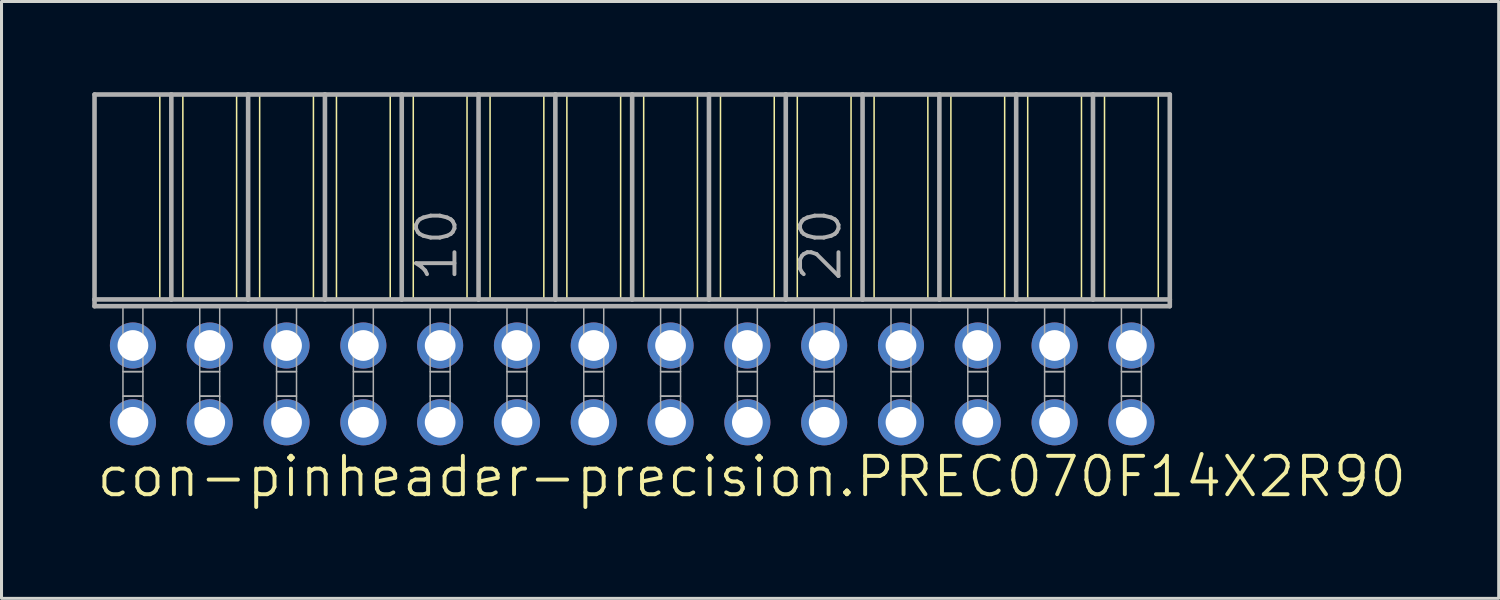
<source format=kicad_pcb>
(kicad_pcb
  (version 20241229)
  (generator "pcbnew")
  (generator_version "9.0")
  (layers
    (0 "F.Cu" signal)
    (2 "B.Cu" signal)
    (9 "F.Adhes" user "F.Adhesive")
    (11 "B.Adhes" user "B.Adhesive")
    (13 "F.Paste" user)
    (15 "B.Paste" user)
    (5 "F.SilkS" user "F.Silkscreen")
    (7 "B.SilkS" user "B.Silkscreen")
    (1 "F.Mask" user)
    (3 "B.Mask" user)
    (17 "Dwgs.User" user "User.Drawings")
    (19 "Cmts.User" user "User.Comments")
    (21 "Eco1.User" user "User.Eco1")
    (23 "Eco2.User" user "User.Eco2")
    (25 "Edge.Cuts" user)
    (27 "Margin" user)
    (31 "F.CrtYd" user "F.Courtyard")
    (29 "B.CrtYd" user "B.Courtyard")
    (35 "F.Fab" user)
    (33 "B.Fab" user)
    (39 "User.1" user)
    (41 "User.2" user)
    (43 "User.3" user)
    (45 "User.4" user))
  (footprint "con-pinheader-precision.PREC070F14X2R90"
    (layer "F.Cu")
    (at 17.856 9.646)
    (property "Reference" "con-pinheader-precision.PREC070F14X2R90" (at -17.78 3.81 0) (layer "F.SilkS") (effects (font (size 1.27 1.27) (thickness 0.13)) (justify left bottom)))
    (attr through_hole)
    (fp_line (start -15.621 -9.57) (end -15.621 -2.794) (stroke (width 0.051) (type default)) (layer "F.SilkS"))
    (fp_line (start -14.859 -9.57) (end -14.859 -2.794) (stroke (width 0.051) (type default)) (layer "F.SilkS"))
    (fp_line (start -13.081 -9.57) (end -13.081 -2.794) (stroke (width 0.051) (type default)) (layer "F.SilkS"))
    (fp_line (start -12.319 -9.57) (end -12.319 -2.794) (stroke (width 0.051) (type default)) (layer "F.SilkS"))
    (fp_line (start -10.541 -9.57) (end -10.541 -2.794) (stroke (width 0.051) (type default)) (layer "F.SilkS"))
    (fp_line (start -9.779 -9.57) (end -9.779 -2.794) (stroke (width 0.051) (type default)) (layer "F.SilkS"))
    (fp_line (start -8.001 -9.57) (end -8.001 -2.794) (stroke (width 0.051) (type default)) (layer "F.SilkS"))
    (fp_line (start -7.239 -9.57) (end -7.239 -2.794) (stroke (width 0.051) (type default)) (layer "F.SilkS"))
    (fp_line (start -5.461 -9.57) (end -5.461 -2.794) (stroke (width 0.051) (type default)) (layer "F.SilkS"))
    (fp_line (start -4.699 -9.57) (end -4.699 -2.794) (stroke (width 0.051) (type default)) (layer "F.SilkS"))
    (fp_line (start -2.921 -9.57) (end -2.921 -2.794) (stroke (width 0.051) (type default)) (layer "F.SilkS"))
    (fp_line (start -2.159 -9.57) (end -2.159 -2.794) (stroke (width 0.051) (type default)) (layer "F.SilkS"))
    (fp_line (start -0.381 -9.57) (end -0.381 -2.794) (stroke (width 0.051) (type default)) (layer "F.SilkS"))
    (fp_line (start 0.381 -9.57) (end 0.381 -2.794) (stroke (width 0.051) (type default)) (layer "F.SilkS"))
    (fp_line (start 2.159 -9.57) (end 2.159 -2.794) (stroke (width 0.051) (type default)) (layer "F.SilkS"))
    (fp_line (start 2.921 -9.57) (end 2.921 -2.794) (stroke (width 0.051) (type default)) (layer "F.SilkS"))
    (fp_line (start 4.699 -9.57) (end 4.699 -2.794) (stroke (width 0.051) (type default)) (layer "F.SilkS"))
    (fp_line (start 5.461 -9.57) (end 5.461 -2.794) (stroke (width 0.051) (type default)) (layer "F.SilkS"))
    (fp_line (start 7.239 -9.57) (end 7.239 -2.794) (stroke (width 0.051) (type default)) (layer "F.SilkS"))
    (fp_line (start 8.001 -9.57) (end 8.001 -2.794) (stroke (width 0.051) (type default)) (layer "F.SilkS"))
    (fp_line (start 9.779 -9.57) (end 9.779 -2.794) (stroke (width 0.051) (type default)) (layer "F.SilkS"))
    (fp_line (start 10.541 -9.57) (end 10.541 -2.794) (stroke (width 0.051) (type default)) (layer "F.SilkS"))
    (fp_line (start 12.319 -9.57) (end 12.319 -2.794) (stroke (width 0.051) (type default)) (layer "F.SilkS"))
    (fp_line (start 13.081 -9.57) (end 13.081 -2.794) (stroke (width 0.051) (type default)) (layer "F.SilkS"))
    (fp_line (start 14.859 -9.57) (end 14.859 -2.794) (stroke (width 0.051) (type default)) (layer "F.SilkS"))
    (fp_line (start 15.621 -9.57) (end 15.621 -2.794) (stroke (width 0.051) (type default)) (layer "F.SilkS"))
    (fp_line (start 17.399 -9.57) (end 17.399 -2.794) (stroke (width 0.051) (type default)) (layer "F.SilkS"))
    (fp_line (start -17.78 -9.57) (end -15.24 -9.57) (stroke (width 0.152) (type default)) (layer "F.Fab"))
    (fp_line (start -17.78 -2.794) (end -17.78 -9.57) (stroke (width 0.152) (type default)) (layer "F.Fab"))
    (fp_line (start -17.78 -2.57) (end -17.78 -2.794) (stroke (width 0.152) (type default)) (layer "F.Fab"))
    (fp_line (start -17.78 -2.57) (end 17.78 -2.57) (stroke (width 0.152) (type default)) (layer "F.Fab"))
    (fp_line (start -15.24 -9.57) (end -12.7 -9.57) (stroke (width 0.152) (type default)) (layer "F.Fab"))
    (fp_line (start -15.24 -2.794) (end -17.78 -2.794) (stroke (width 0.152) (type default)) (layer "F.Fab"))
    (fp_line (start -15.24 -2.794) (end -15.24 -9.57) (stroke (width 0.152) (type default)) (layer "F.Fab"))
    (fp_line (start -15.24 -2.794) (end -12.7 -2.794) (stroke (width 0.152) (type default)) (layer "F.Fab"))
    (fp_line (start -12.7 -9.57) (end -10.16 -9.57) (stroke (width 0.152) (type default)) (layer "F.Fab"))
    (fp_line (start -12.7 -2.794) (end -12.7 -9.57) (stroke (width 0.152) (type default)) (layer "F.Fab"))
    (fp_line (start -10.16 -9.57) (end -7.62 -9.57) (stroke (width 0.152) (type default)) (layer "F.Fab"))
    (fp_line (start -10.16 -2.794) (end -12.7 -2.794) (stroke (width 0.152) (type default)) (layer "F.Fab"))
    (fp_line (start -10.16 -2.794) (end -10.16 -9.57) (stroke (width 0.152) (type default)) (layer "F.Fab"))
    (fp_line (start -7.62 -9.57) (end -5.08 -9.57) (stroke (width 0.152) (type default)) (layer "F.Fab"))
    (fp_line (start -7.62 -2.794) (end -10.16 -2.794) (stroke (width 0.152) (type default)) (layer "F.Fab"))
    (fp_line (start -7.62 -2.794) (end -7.62 -9.57) (stroke (width 0.152) (type default)) (layer "F.Fab"))
    (fp_line (start -5.08 -9.57) (end -2.54 -9.57) (stroke (width 0.152) (type default)) (layer "F.Fab"))
    (fp_line (start -5.08 -2.794) (end -7.62 -2.794) (stroke (width 0.152) (type default)) (layer "F.Fab"))
    (fp_line (start -5.08 -2.794) (end -5.08 -9.57) (stroke (width 0.152) (type default)) (layer "F.Fab"))
    (fp_line (start -2.54 -9.57) (end 0 -9.57) (stroke (width 0.152) (type default)) (layer "F.Fab"))
    (fp_line (start -2.54 -2.794) (end -5.08 -2.794) (stroke (width 0.152) (type default)) (layer "F.Fab"))
    (fp_line (start -2.54 -2.794) (end -2.54 -9.57) (stroke (width 0.152) (type default)) (layer "F.Fab"))
    (fp_line (start -2.54 -2.794) (end 0 -2.794) (stroke (width 0.152) (type default)) (layer "F.Fab"))
    (fp_line (start 0 -9.57) (end 2.54 -9.57) (stroke (width 0.152) (type default)) (layer "F.Fab"))
    (fp_line (start 0 -2.794) (end 0 -9.57) (stroke (width 0.152) (type default)) (layer "F.Fab"))
    (fp_line (start 2.54 -9.57) (end 5.08 -9.57) (stroke (width 0.152) (type default)) (layer "F.Fab"))
    (fp_line (start 2.54 -2.794) (end 0 -2.794) (stroke (width 0.152) (type default)) (layer "F.Fab"))
    (fp_line (start 2.54 -2.794) (end 2.54 -9.57) (stroke (width 0.152) (type default)) (layer "F.Fab"))
    (fp_line (start 5.08 -9.57) (end 7.62 -9.57) (stroke (width 0.152) (type default)) (layer "F.Fab"))
    (fp_line (start 5.08 -2.794) (end 2.54 -2.794) (stroke (width 0.152) (type default)) (layer "F.Fab"))
    (fp_line (start 5.08 -2.794) (end 5.08 -9.57) (stroke (width 0.152) (type default)) (layer "F.Fab"))
    (fp_line (start 7.62 -9.57) (end 10.16 -9.57) (stroke (width 0.152) (type default)) (layer "F.Fab"))
    (fp_line (start 7.62 -2.794) (end 5.08 -2.794) (stroke (width 0.152) (type default)) (layer "F.Fab"))
    (fp_line (start 7.62 -2.794) (end 7.62 -9.57) (stroke (width 0.152) (type default)) (layer "F.Fab"))
    (fp_line (start 10.16 -9.57) (end 12.7 -9.57) (stroke (width 0.152) (type default)) (layer "F.Fab"))
    (fp_line (start 10.16 -2.794) (end 7.62 -2.794) (stroke (width 0.152) (type default)) (layer "F.Fab"))
    (fp_line (start 10.16 -2.794) (end 10.16 -9.57) (stroke (width 0.152) (type default)) (layer "F.Fab"))
    (fp_line (start 10.16 -2.794) (end 12.7 -2.794) (stroke (width 0.152) (type default)) (layer "F.Fab"))
    (fp_line (start 12.7 -9.57) (end 15.24 -9.57) (stroke (width 0.152) (type default)) (layer "F.Fab"))
    (fp_line (start 12.7 -2.794) (end 12.7 -9.57) (stroke (width 0.152) (type default)) (layer "F.Fab"))
    (fp_line (start 15.24 -9.57) (end 17.78 -9.57) (stroke (width 0.152) (type default)) (layer "F.Fab"))
    (fp_line (start 15.24 -2.794) (end 12.7 -2.794) (stroke (width 0.152) (type default)) (layer "F.Fab"))
    (fp_line (start 15.24 -2.794) (end 15.24 -9.57) (stroke (width 0.152) (type default)) (layer "F.Fab"))
    (fp_line (start 17.78 -2.794) (end 15.24 -2.794) (stroke (width 0.152) (type default)) (layer "F.Fab"))
    (fp_line (start 17.78 -2.794) (end 17.78 -9.57) (stroke (width 0.152) (type default)) (layer "F.Fab"))
    (fp_line (start 17.78 -2.57) (end 17.78 -2.794) (stroke (width 0.152) (type default)) (layer "F.Fab"))
    (fp_rect (start -16.84 -0.406) (end -16.18 -2.57) (stroke (width 0.05) (type default)) (fill no) (layer "F.Fab"))
    (fp_rect (start -16.84 0.406) (end -16.18 -0.406) (stroke (width 0.05) (type default)) (fill no) (layer "F.Fab"))
    (fp_rect (start -16.84 1.575) (end -16.18 0.406) (stroke (width 0.05) (type default)) (fill no) (layer "F.Fab"))
    (fp_rect (start -14.3 -0.406) (end -13.64 -2.57) (stroke (width 0.05) (type default)) (fill no) (layer "F.Fab"))
    (fp_rect (start -14.3 0.406) (end -13.64 -0.406) (stroke (width 0.05) (type default)) (fill no) (layer "F.Fab"))
    (fp_rect (start -14.3 1.575) (end -13.64 0.406) (stroke (width 0.05) (type default)) (fill no) (layer "F.Fab"))
    (fp_rect (start -11.76 -0.406) (end -11.1 -2.57) (stroke (width 0.05) (type default)) (fill no) (layer "F.Fab"))
    (fp_rect (start -11.76 0.406) (end -11.1 -0.406) (stroke (width 0.05) (type default)) (fill no) (layer "F.Fab"))
    (fp_rect (start -11.76 1.575) (end -11.1 0.406) (stroke (width 0.05) (type default)) (fill no) (layer "F.Fab"))
    (fp_rect (start -9.22 -0.406) (end -8.56 -2.57) (stroke (width 0.05) (type default)) (fill no) (layer "F.Fab"))
    (fp_rect (start -9.22 0.406) (end -8.56 -0.406) (stroke (width 0.05) (type default)) (fill no) (layer "F.Fab"))
    (fp_rect (start -9.22 1.575) (end -8.56 0.406) (stroke (width 0.05) (type default)) (fill no) (layer "F.Fab"))
    (fp_rect (start -6.68 -0.406) (end -6.02 -2.57) (stroke (width 0.05) (type default)) (fill no) (layer "F.Fab"))
    (fp_rect (start -6.68 0.406) (end -6.02 -0.406) (stroke (width 0.05) (type default)) (fill no) (layer "F.Fab"))
    (fp_rect (start -6.68 1.575) (end -6.02 0.406) (stroke (width 0.05) (type default)) (fill no) (layer "F.Fab"))
    (fp_rect (start -4.14 -0.406) (end -3.48 -2.57) (stroke (width 0.05) (type default)) (fill no) (layer "F.Fab"))
    (fp_rect (start -4.14 0.406) (end -3.48 -0.406) (stroke (width 0.05) (type default)) (fill no) (layer "F.Fab"))
    (fp_rect (start -4.14 1.575) (end -3.48 0.406) (stroke (width 0.05) (type default)) (fill no) (layer "F.Fab"))
    (fp_rect (start -1.6 -0.406) (end -0.94 -2.57) (stroke (width 0.05) (type default)) (fill no) (layer "F.Fab"))
    (fp_rect (start -1.6 0.406) (end -0.94 -0.406) (stroke (width 0.05) (type default)) (fill no) (layer "F.Fab"))
    (fp_rect (start -1.6 1.575) (end -0.94 0.406) (stroke (width 0.05) (type default)) (fill no) (layer "F.Fab"))
    (fp_rect (start 0.94 -0.406) (end 1.6 -2.57) (stroke (width 0.05) (type default)) (fill no) (layer "F.Fab"))
    (fp_rect (start 0.94 0.406) (end 1.6 -0.406) (stroke (width 0.05) (type default)) (fill no) (layer "F.Fab"))
    (fp_rect (start 0.94 1.575) (end 1.6 0.406) (stroke (width 0.05) (type default)) (fill no) (layer "F.Fab"))
    (fp_rect (start 3.48 -0.406) (end 4.14 -2.57) (stroke (width 0.05) (type default)) (fill no) (layer "F.Fab"))
    (fp_rect (start 3.48 0.406) (end 4.14 -0.406) (stroke (width 0.05) (type default)) (fill no) (layer "F.Fab"))
    (fp_rect (start 3.48 1.575) (end 4.14 0.406) (stroke (width 0.05) (type default)) (fill no) (layer "F.Fab"))
    (fp_rect (start 6.02 -0.406) (end 6.68 -2.57) (stroke (width 0.05) (type default)) (fill no) (layer "F.Fab"))
    (fp_rect (start 6.02 0.406) (end 6.68 -0.406) (stroke (width 0.05) (type default)) (fill no) (layer "F.Fab"))
    (fp_rect (start 6.02 1.575) (end 6.68 0.406) (stroke (width 0.05) (type default)) (fill no) (layer "F.Fab"))
    (fp_rect (start 8.56 -0.406) (end 9.22 -2.57) (stroke (width 0.05) (type default)) (fill no) (layer "F.Fab"))
    (fp_rect (start 8.56 0.406) (end 9.22 -0.406) (stroke (width 0.05) (type default)) (fill no) (layer "F.Fab"))
    (fp_rect (start 8.56 1.575) (end 9.22 0.406) (stroke (width 0.05) (type default)) (fill no) (layer "F.Fab"))
    (fp_rect (start 11.1 -0.406) (end 11.76 -2.57) (stroke (width 0.05) (type default)) (fill no) (layer "F.Fab"))
    (fp_rect (start 11.1 0.406) (end 11.76 -0.406) (stroke (width 0.05) (type default)) (fill no) (layer "F.Fab"))
    (fp_rect (start 11.1 1.575) (end 11.76 0.406) (stroke (width 0.05) (type default)) (fill no) (layer "F.Fab"))
    (fp_rect (start 13.64 -0.406) (end 14.3 -2.57) (stroke (width 0.05) (type default)) (fill no) (layer "F.Fab"))
    (fp_rect (start 13.64 0.406) (end 14.3 -0.406) (stroke (width 0.05) (type default)) (fill no) (layer "F.Fab"))
    (fp_rect (start 13.64 1.575) (end 14.3 0.406) (stroke (width 0.05) (type default)) (fill no) (layer "F.Fab"))
    (fp_rect (start 16.18 -0.406) (end 16.84 -2.57) (stroke (width 0.05) (type default)) (fill no) (layer "F.Fab"))
    (fp_rect (start 16.18 0.406) (end 16.84 -0.406) (stroke (width 0.05) (type default)) (fill no) (layer "F.Fab"))
    (fp_rect (start 16.18 1.575) (end 16.84 0.406) (stroke (width 0.05) (type default)) (fill no) (layer "F.Fab"))
    (fp_text user "10" (at -5.715 -3.302 90) (layer "F.Fab") (effects (font (size 1.27 1.27) (thickness 0.13)) (justify left bottom)))
    (fp_text user "20" (at 6.985 -3.302 90) (layer "F.Fab") (effects (font (size 1.27 1.27) (thickness 0.13)) (justify left bottom)))
    (pad "1" thru_hole circle (at -16.51 -1.27 180) (size 1.524 1.524) (drill 1.016) (layers "*.Cu" "*.Mask"))
    (pad "2" thru_hole circle (at -16.51 1.27 180) (size 1.524 1.524) (drill 1.016) (layers "*.Cu" "*.Mask"))
    (pad "3" thru_hole circle (at -13.97 -1.27 180) (size 1.524 1.524) (drill 1.016) (layers "*.Cu" "*.Mask"))
    (pad "4" thru_hole circle (at -13.97 1.27 180) (size 1.524 1.524) (drill 1.016) (layers "*.Cu" "*.Mask"))
    (pad "5" thru_hole circle (at -11.43 -1.27 180) (size 1.524 1.524) (drill 1.016) (layers "*.Cu" "*.Mask"))
    (pad "6" thru_hole circle (at -11.43 1.27 180) (size 1.524 1.524) (drill 1.016) (layers "*.Cu" "*.Mask"))
    (pad "7" thru_hole circle (at -8.89 -1.27 180) (size 1.524 1.524) (drill 1.016) (layers "*.Cu" "*.Mask"))
    (pad "8" thru_hole circle (at -8.89 1.27 180) (size 1.524 1.524) (drill 1.016) (layers "*.Cu" "*.Mask"))
    (pad "9" thru_hole circle (at -6.35 -1.27 180) (size 1.524 1.524) (drill 1.016) (layers "*.Cu" "*.Mask"))
    (pad "10" thru_hole circle (at -6.35 1.27 180) (size 1.524 1.524) (drill 1.016) (layers "*.Cu" "*.Mask"))
    (pad "11" thru_hole circle (at -3.81 -1.27 180) (size 1.524 1.524) (drill 1.016) (layers "*.Cu" "*.Mask"))
    (pad "12" thru_hole circle (at -3.81 1.27 180) (size 1.524 1.524) (drill 1.016) (layers "*.Cu" "*.Mask"))
    (pad "13" thru_hole circle (at -1.27 -1.27 180) (size 1.524 1.524) (drill 1.016) (layers "*.Cu" "*.Mask"))
    (pad "14" thru_hole circle (at -1.27 1.27 180) (size 1.524 1.524) (drill 1.016) (layers "*.Cu" "*.Mask"))
    (pad "15" thru_hole circle (at 1.27 -1.27 180) (size 1.524 1.524) (drill 1.016) (layers "*.Cu" "*.Mask"))
    (pad "16" thru_hole circle (at 1.27 1.27 180) (size 1.524 1.524) (drill 1.016) (layers "*.Cu" "*.Mask"))
    (pad "17" thru_hole circle (at 3.81 -1.27 180) (size 1.524 1.524) (drill 1.016) (layers "*.Cu" "*.Mask"))
    (pad "18" thru_hole circle (at 3.81 1.27 180) (size 1.524 1.524) (drill 1.016) (layers "*.Cu" "*.Mask"))
    (pad "19" thru_hole circle (at 6.35 -1.27 180) (size 1.524 1.524) (drill 1.016) (layers "*.Cu" "*.Mask"))
    (pad "20" thru_hole circle (at 6.35 1.27 180) (size 1.524 1.524) (drill 1.016) (layers "*.Cu" "*.Mask"))
    (pad "21" thru_hole circle (at 8.89 -1.27 180) (size 1.524 1.524) (drill 1.016) (layers "*.Cu" "*.Mask"))
    (pad "22" thru_hole circle (at 8.89 1.27 180) (size 1.524 1.524) (drill 1.016) (layers "*.Cu" "*.Mask"))
    (pad "23" thru_hole circle (at 11.43 -1.27 180) (size 1.524 1.524) (drill 1.016) (layers "*.Cu" "*.Mask"))
    (pad "24" thru_hole circle (at 11.43 1.27 180) (size 1.524 1.524) (drill 1.016) (layers "*.Cu" "*.Mask"))
    (pad "25" thru_hole circle (at 13.97 -1.27 180) (size 1.524 1.524) (drill 1.016) (layers "*.Cu" "*.Mask"))
    (pad "26" thru_hole circle (at 13.97 1.27 180) (size 1.524 1.524) (drill 1.016) (layers "*.Cu" "*.Mask"))
    (pad "27" thru_hole circle (at 16.51 -1.27 180) (size 1.524 1.524) (drill 1.016) (layers "*.Cu" "*.Mask"))
    (pad "28" thru_hole circle (at 16.51 1.27 180) (size 1.524 1.524) (drill 1.016) (layers "*.Cu" "*.Mask")))
  (gr_rect
    (start -3 -3)
    (end 46.513 16.738)
    (stroke (width 0.1) (type default))
    (fill no)
    (layer "Edge.Cuts")))
</source>
